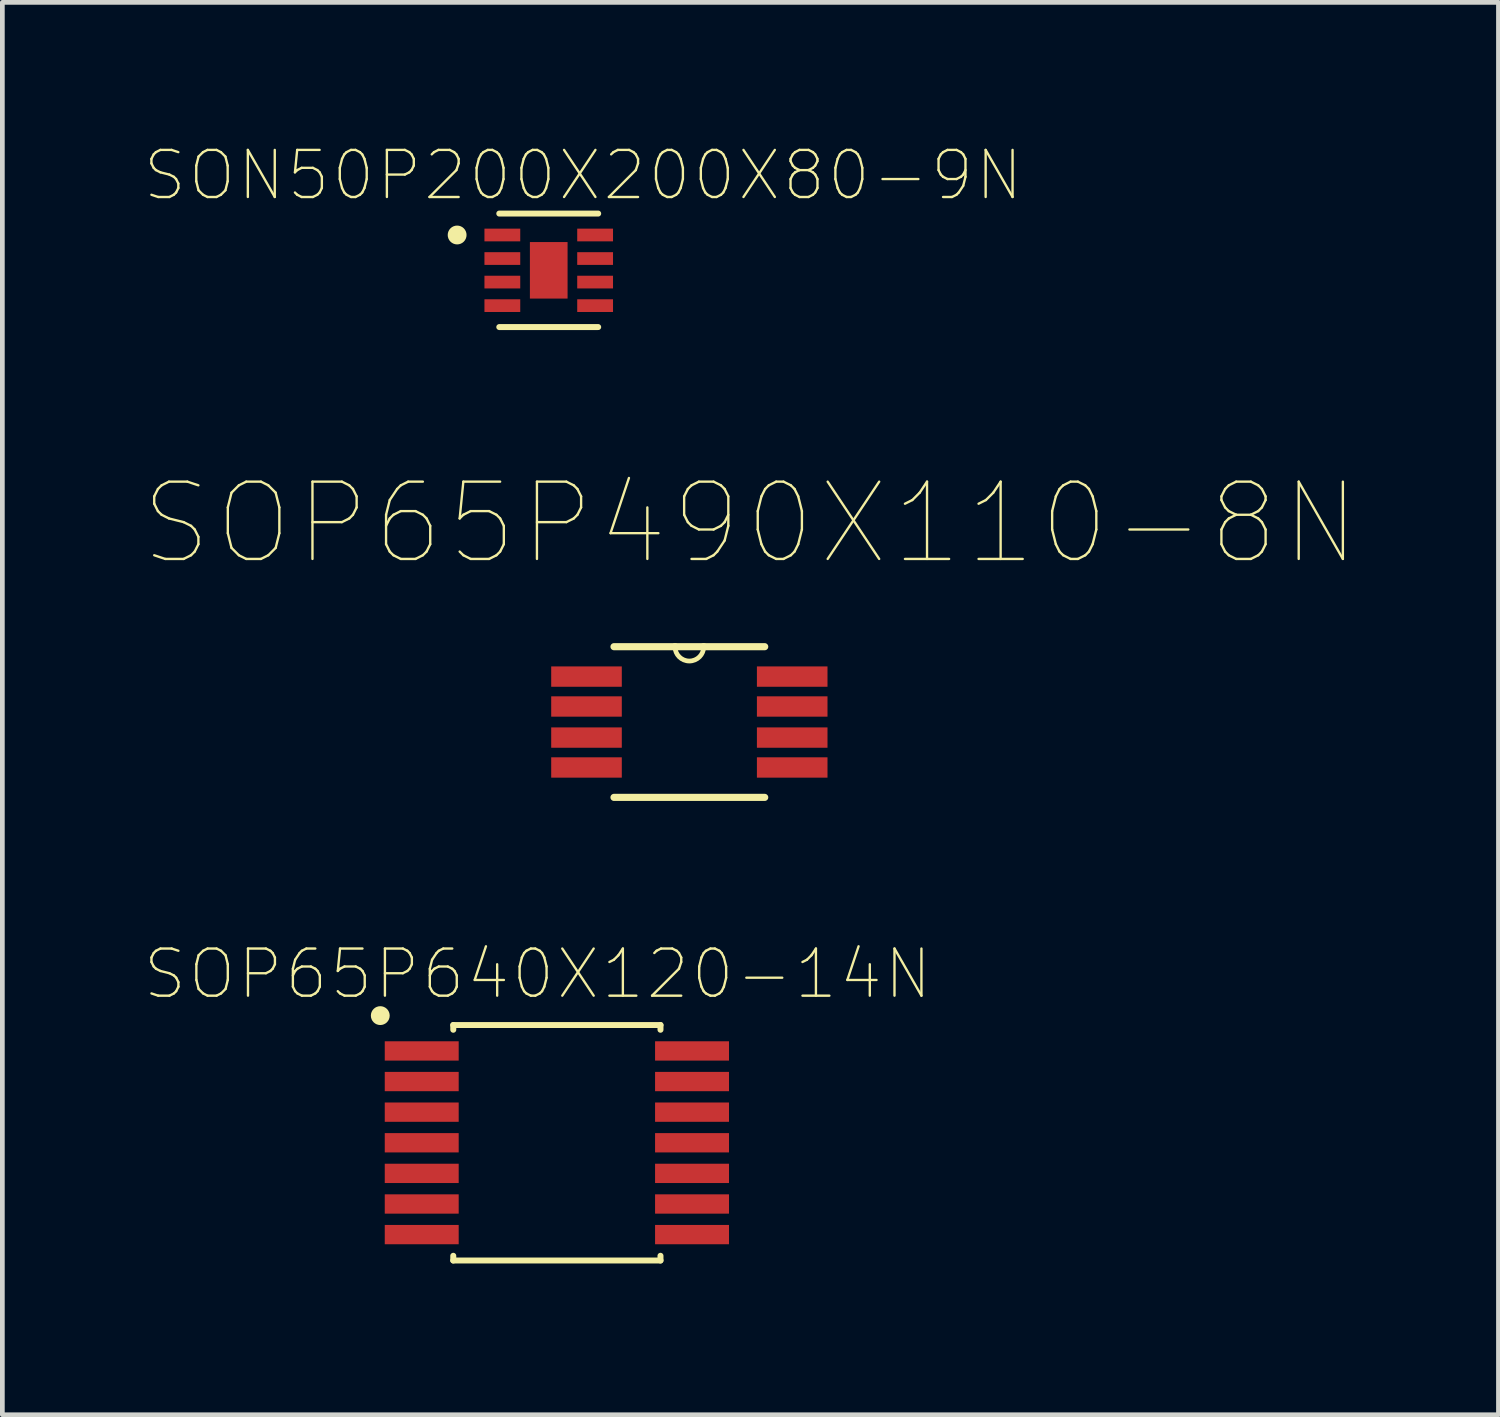
<source format=kicad_pcb>
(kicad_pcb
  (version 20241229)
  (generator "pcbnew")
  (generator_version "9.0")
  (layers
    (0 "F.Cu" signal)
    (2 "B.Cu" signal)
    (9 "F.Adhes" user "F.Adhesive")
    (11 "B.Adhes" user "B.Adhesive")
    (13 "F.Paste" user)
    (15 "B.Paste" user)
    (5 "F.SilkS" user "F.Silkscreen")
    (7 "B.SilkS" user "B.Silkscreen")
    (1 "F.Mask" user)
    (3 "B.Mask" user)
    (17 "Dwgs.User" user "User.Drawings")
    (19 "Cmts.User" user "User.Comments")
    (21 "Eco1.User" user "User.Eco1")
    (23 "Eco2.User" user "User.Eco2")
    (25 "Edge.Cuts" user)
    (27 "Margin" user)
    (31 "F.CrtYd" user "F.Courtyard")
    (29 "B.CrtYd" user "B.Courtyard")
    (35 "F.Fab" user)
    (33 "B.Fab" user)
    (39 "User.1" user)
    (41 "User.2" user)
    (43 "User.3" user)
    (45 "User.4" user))
  (footprint "SON50P200X200X80-9N"
    (layer "F.Cu")
    (at 8.602 2.69)
    (property "Reference" "SON50P200X200X80-9N" (at 0.73 -2.017 0) (layer "F.SilkS") (effects (font (size 1 1) (thickness 0.05))))
    (attr smd)
    (fp_line (start -1.05 -1.205) (end 1.05 -1.205) (stroke (width 0.127) (type solid)) (layer "F.SilkS"))
    (fp_line (start -1.05 1.205) (end 1.05 1.205) (stroke (width 0.127) (type solid)) (layer "F.SilkS"))
    (fp_circle (center -1.945 -0.75) (end -1.845 -0.75) (stroke (width 0.2) (type solid)) (fill no) (layer "F.SilkS"))
    (fp_poly (pts (xy -0.25 -0.38) (xy 0.25 -0.38) (xy 0.25 0.38) (xy -0.25 0.38)) (stroke (width 0) (type solid)) (fill yes) (layer "F.Paste"))
    (fp_line (start -1.615 -1.3) (end -1.615 1.3) (stroke (width 0.05) (type solid)) (layer "Eco1.User"))
    (fp_line (start -1.615 -1.3) (end 1.615 -1.3) (stroke (width 0.05) (type solid)) (layer "Eco1.User"))
    (fp_line (start -1.615 1.3) (end 1.615 1.3) (stroke (width 0.05) (type solid)) (layer "Eco1.User"))
    (fp_line (start 1.615 -1.3) (end 1.615 1.3) (stroke (width 0.05) (type solid)) (layer "Eco1.User"))
    (fp_line (start -1.05 -1.05) (end -1.05 1.05) (stroke (width 0.127) (type solid)) (layer "Eco2.User"))
    (fp_line (start -1.05 -1.05) (end 1.05 -1.05) (stroke (width 0.127) (type solid)) (layer "Eco2.User"))
    (fp_line (start -1.05 1.05) (end 1.05 1.05) (stroke (width 0.127) (type solid)) (layer "Eco2.User"))
    (fp_line (start 1.05 -1.05) (end 1.05 1.05) (stroke (width 0.127) (type solid)) (layer "Eco2.User"))
    (fp_circle (center -1.945 -0.75) (end -1.845 -0.75) (stroke (width 0.2) (type solid)) (fill no) (layer "Eco2.User"))
    (pad "1" smd rect (at -0.985 -0.75) (size 0.76 0.27) (layers "F.Cu" "F.Mask" "F.Paste"))
    (pad "2" smd rect (at -0.985 -0.25) (size 0.76 0.27) (layers "F.Cu" "F.Mask" "F.Paste"))
    (pad "3" smd rect (at -0.985 0.25) (size 0.76 0.27) (layers "F.Cu" "F.Mask" "F.Paste"))
    (pad "4" smd rect (at -0.985 0.75) (size 0.76 0.27) (layers "F.Cu" "F.Mask" "F.Paste"))
    (pad "5" smd rect (at 0.985 0.75) (size 0.76 0.27) (layers "F.Cu" "F.Mask" "F.Paste"))
    (pad "6" smd rect (at 0.985 0.25) (size 0.76 0.27) (layers "F.Cu" "F.Mask" "F.Paste"))
    (pad "7" smd rect (at 0.985 -0.25) (size 0.76 0.27) (layers "F.Cu" "F.Mask" "F.Paste"))
    (pad "8" smd rect (at 0.985 -0.75) (size 0.76 0.27) (layers "F.Cu" "F.Mask" "F.Paste"))
    (pad "9" smd rect (at 0 0) (size 0.8 1.2) (layers "F.Cu" "F.Mask" "F.Paste")))
  (footprint "SOP65P490X110-8N"
    (layer "F.Cu")
    (at 11.588 12.282)
    (property "Reference" "SOP65P490X110-8N" (at 1.296 -4.22 0) (layer "F.SilkS") (effects (font (size 1.641 1.641) (thickness 0.05))))
    (attr smd)
    (fp_line (start -1.6 1.6) (end 1.6 1.6) (stroke (width 0.152) (type solid)) (layer "F.SilkS"))
    (fp_line (start -0.305 -1.6) (end -1.6 -1.6) (stroke (width 0.152) (type solid)) (layer "F.SilkS"))
    (fp_line (start 0.305 -1.6) (end -0.305 -1.6) (stroke (width 0.152) (type solid)) (layer "F.SilkS"))
    (fp_line (start 1.6 -1.6) (end 0.305 -1.6) (stroke (width 0.152) (type solid)) (layer "F.SilkS"))
    (fp_arc (start 0.3048 -1.6002) (mid 0 -1.2954) (end -0.3048 -1.6002) (stroke (width 0.1) (type solid)) (layer "F.SilkS"))
    (fp_line (start -2.565 -1.168) (end -2.565 -0.787) (stroke (width 0.152) (type solid)) (layer "Eco2.User"))
    (fp_line (start -2.565 -0.787) (end -1.6 -0.787) (stroke (width 0.152) (type solid)) (layer "Eco2.User"))
    (fp_line (start -2.565 -0.508) (end -2.565 -0.127) (stroke (width 0.152) (type solid)) (layer "Eco2.User"))
    (fp_line (start -2.565 -0.127) (end -1.6 -0.127) (stroke (width 0.152) (type solid)) (layer "Eco2.User"))
    (fp_line (start -2.565 0.127) (end -2.565 0.508) (stroke (width 0.152) (type solid)) (layer "Eco2.User"))
    (fp_line (start -2.565 0.508) (end -1.6 0.508) (stroke (width 0.152) (type solid)) (layer "Eco2.User"))
    (fp_line (start -2.565 0.787) (end -2.565 1.168) (stroke (width 0.152) (type solid)) (layer "Eco2.User"))
    (fp_line (start -2.565 1.168) (end -1.6 1.168) (stroke (width 0.152) (type solid)) (layer "Eco2.User"))
    (fp_line (start -1.6 -1.6) (end -1.6 1.6) (stroke (width 0.152) (type solid)) (layer "Eco2.User"))
    (fp_line (start -1.6 -1.168) (end -2.565 -1.168) (stroke (width 0.152) (type solid)) (layer "Eco2.User"))
    (fp_line (start -1.6 -0.787) (end -1.6 -1.168) (stroke (width 0.152) (type solid)) (layer "Eco2.User"))
    (fp_line (start -1.6 -0.508) (end -2.565 -0.508) (stroke (width 0.152) (type solid)) (layer "Eco2.User"))
    (fp_line (start -1.6 -0.127) (end -1.6 -0.508) (stroke (width 0.152) (type solid)) (layer "Eco2.User"))
    (fp_line (start -1.6 0.127) (end -2.565 0.127) (stroke (width 0.152) (type solid)) (layer "Eco2.User"))
    (fp_line (start -1.6 0.508) (end -1.6 0.127) (stroke (width 0.152) (type solid)) (layer "Eco2.User"))
    (fp_line (start -1.6 0.787) (end -2.565 0.787) (stroke (width 0.152) (type solid)) (layer "Eco2.User"))
    (fp_line (start -1.6 1.168) (end -1.6 0.787) (stroke (width 0.152) (type solid)) (layer "Eco2.User"))
    (fp_line (start -1.6 1.6) (end 1.6 1.6) (stroke (width 0.152) (type solid)) (layer "Eco2.User"))
    (fp_line (start -0.305 -1.6) (end -1.6 -1.6) (stroke (width 0.152) (type solid)) (layer "Eco2.User"))
    (fp_line (start 0.305 -1.6) (end -0.305 -1.6) (stroke (width 0.152) (type solid)) (layer "Eco2.User"))
    (fp_line (start 1.6 -1.6) (end 0.305 -1.6) (stroke (width 0.152) (type solid)) (layer "Eco2.User"))
    (fp_line (start 1.6 -1.168) (end 1.6 -0.787) (stroke (width 0.152) (type solid)) (layer "Eco2.User"))
    (fp_line (start 1.6 -0.787) (end 2.565 -0.787) (stroke (width 0.152) (type solid)) (layer "Eco2.User"))
    (fp_line (start 1.6 -0.508) (end 1.6 -0.127) (stroke (width 0.152) (type solid)) (layer "Eco2.User"))
    (fp_line (start 1.6 -0.127) (end 2.565 -0.127) (stroke (width 0.152) (type solid)) (layer "Eco2.User"))
    (fp_line (start 1.6 0.127) (end 1.6 0.508) (stroke (width 0.152) (type solid)) (layer "Eco2.User"))
    (fp_line (start 1.6 0.508) (end 2.565 0.508) (stroke (width 0.152) (type solid)) (layer "Eco2.User"))
    (fp_line (start 1.6 0.787) (end 1.6 1.168) (stroke (width 0.152) (type solid)) (layer "Eco2.User"))
    (fp_line (start 1.6 1.168) (end 2.565 1.168) (stroke (width 0.152) (type solid)) (layer "Eco2.User"))
    (fp_line (start 1.6 1.6) (end 1.6 -1.6) (stroke (width 0.152) (type solid)) (layer "Eco2.User"))
    (fp_line (start 2.565 -1.168) (end 1.6 -1.168) (stroke (width 0.152) (type solid)) (layer "Eco2.User"))
    (fp_line (start 2.565 -0.787) (end 2.565 -1.168) (stroke (width 0.152) (type solid)) (layer "Eco2.User"))
    (fp_line (start 2.565 -0.508) (end 1.6 -0.508) (stroke (width 0.152) (type solid)) (layer "Eco2.User"))
    (fp_line (start 2.565 -0.127) (end 2.565 -0.508) (stroke (width 0.152) (type solid)) (layer "Eco2.User"))
    (fp_line (start 2.565 0.127) (end 1.6 0.127) (stroke (width 0.152) (type solid)) (layer "Eco2.User"))
    (fp_line (start 2.565 0.508) (end 2.565 0.127) (stroke (width 0.152) (type solid)) (layer "Eco2.User"))
    (fp_line (start 2.565 0.787) (end 1.6 0.787) (stroke (width 0.152) (type solid)) (layer "Eco2.User"))
    (fp_line (start 2.565 1.168) (end 2.565 0.787) (stroke (width 0.152) (type solid)) (layer "Eco2.User"))
    (fp_arc (start 0.3048 -1.6002) (mid 0 -1.2954) (end -0.3048 -1.6002) (stroke (width 0.1) (type solid)) (layer "Eco2.User"))
    (pad "1" smd rect (at -2.184 -0.965) (size 1.499 0.432) (layers "F.Cu" "F.Mask" "F.Paste"))
    (pad "2" smd rect (at -2.184 -0.33) (size 1.499 0.432) (layers "F.Cu" "F.Mask" "F.Paste"))
    (pad "3" smd rect (at -2.184 0.33) (size 1.499 0.432) (layers "F.Cu" "F.Mask" "F.Paste"))
    (pad "4" smd rect (at -2.184 0.965) (size 1.499 0.432) (layers "F.Cu" "F.Mask" "F.Paste"))
    (pad "5" smd rect (at 2.184 0.965) (size 1.499 0.432) (layers "F.Cu" "F.Mask" "F.Paste"))
    (pad "6" smd rect (at 2.184 0.33) (size 1.499 0.432) (layers "F.Cu" "F.Mask" "F.Paste"))
    (pad "7" smd rect (at 2.184 -0.33) (size 1.499 0.432) (layers "F.Cu" "F.Mask" "F.Paste"))
    (pad "8" smd rect (at 2.184 -0.965) (size 1.499 0.432) (layers "F.Cu" "F.Mask" "F.Paste")))
  (footprint "SOP65P640X120-14N"
    (layer "F.Cu")
    (at 8.775 21.216)
    (property "Reference" "SOP65P640X120-14N" (at -0.41 -3.584 0) (layer "F.SilkS") (effects (font (size 1.001 1.001) (thickness 0.05))))
    (attr smd)
    (fp_line (start -2.2 -2.5) (end 2.2 -2.5) (stroke (width 0.127) (type solid)) (layer "F.SilkS"))
    (fp_line (start -2.2 -2.4) (end -2.2 -2.5) (stroke (width 0.127) (type solid)) (layer "F.SilkS"))
    (fp_line (start -2.2 2.4) (end -2.2 2.5) (stroke (width 0.127) (type solid)) (layer "F.SilkS"))
    (fp_line (start -2.2 2.5) (end 2.2 2.5) (stroke (width 0.127) (type solid)) (layer "F.SilkS"))
    (fp_line (start 2.2 -2.5) (end 2.2 -2.4) (stroke (width 0.127) (type solid)) (layer "F.SilkS"))
    (fp_line (start 2.2 2.5) (end 2.2 2.4) (stroke (width 0.127) (type solid)) (layer "F.SilkS"))
    (fp_circle (center -3.75 -2.7) (end -3.65 -2.7) (stroke (width 0.2) (type solid)) (fill no) (layer "F.SilkS"))
    (fp_line (start -4 -2.75) (end 4 -2.75) (stroke (width 0.05) (type solid)) (layer "Eco1.User"))
    (fp_line (start -4 2.75) (end -4 -2.75) (stroke (width 0.05) (type solid)) (layer "Eco1.User"))
    (fp_line (start 4 -2.75) (end 4 2.75) (stroke (width 0.05) (type solid)) (layer "Eco1.User"))
    (fp_line (start 4 2.75) (end -4 2.75) (stroke (width 0.05) (type solid)) (layer "Eco1.User"))
    (fp_line (start -2.2 -2.5) (end 2.2 -2.5) (stroke (width 0.127) (type solid)) (layer "Eco2.User"))
    (fp_line (start -2.2 2.5) (end -2.2 -2.5) (stroke (width 0.127) (type solid)) (layer "Eco2.User"))
    (fp_line (start 2.2 -2.5) (end 2.2 2.5) (stroke (width 0.127) (type solid)) (layer "Eco2.User"))
    (fp_line (start 2.2 2.5) (end -2.2 2.5) (stroke (width 0.127) (type solid)) (layer "Eco2.User"))
    (fp_circle (center -1.3 -1.7) (end -0.939 -1.7) (stroke (width 0.127) (type solid)) (fill no) (layer "Eco2.User"))
    (pad "1" smd rect (at -2.87 -1.95) (size 1.57 0.41) (layers "F.Cu" "F.Mask" "F.Paste"))
    (pad "2" smd rect (at -2.87 -1.3) (size 1.57 0.41) (layers "F.Cu" "F.Mask" "F.Paste"))
    (pad "3" smd rect (at -2.87 -0.65) (size 1.57 0.41) (layers "F.Cu" "F.Mask" "F.Paste"))
    (pad "4" smd rect (at -2.87 0) (size 1.57 0.41) (layers "F.Cu" "F.Mask" "F.Paste"))
    (pad "5" smd rect (at -2.87 0.65) (size 1.57 0.41) (layers "F.Cu" "F.Mask" "F.Paste"))
    (pad "6" smd rect (at -2.87 1.3) (size 1.57 0.41) (layers "F.Cu" "F.Mask" "F.Paste"))
    (pad "7" smd rect (at -2.87 1.95) (size 1.57 0.41) (layers "F.Cu" "F.Mask" "F.Paste"))
    (pad "8" smd rect (at 2.87 1.95) (size 1.57 0.41) (layers "F.Cu" "F.Mask" "F.Paste"))
    (pad "9" smd rect (at 2.87 1.3) (size 1.57 0.41) (layers "F.Cu" "F.Mask" "F.Paste"))
    (pad "10" smd rect (at 2.87 0.65) (size 1.57 0.41) (layers "F.Cu" "F.Mask" "F.Paste"))
    (pad "11" smd rect (at 2.87 0) (size 1.57 0.41) (layers "F.Cu" "F.Mask" "F.Paste"))
    (pad "12" smd rect (at 2.87 -0.65) (size 1.57 0.41) (layers "F.Cu" "F.Mask" "F.Paste"))
    (pad "13" smd rect (at 2.87 -1.3) (size 1.57 0.41) (layers "F.Cu" "F.Mask" "F.Paste"))
    (pad "14" smd rect (at 2.87 -1.95) (size 1.57 0.41) (layers "F.Cu" "F.Mask" "F.Paste")))
  (gr_rect
    (start -3 -3)
    (end 28.769 26.991)
    (stroke (width 0.1) (type default))
    (fill no)
    (layer "Edge.Cuts")))
</source>
